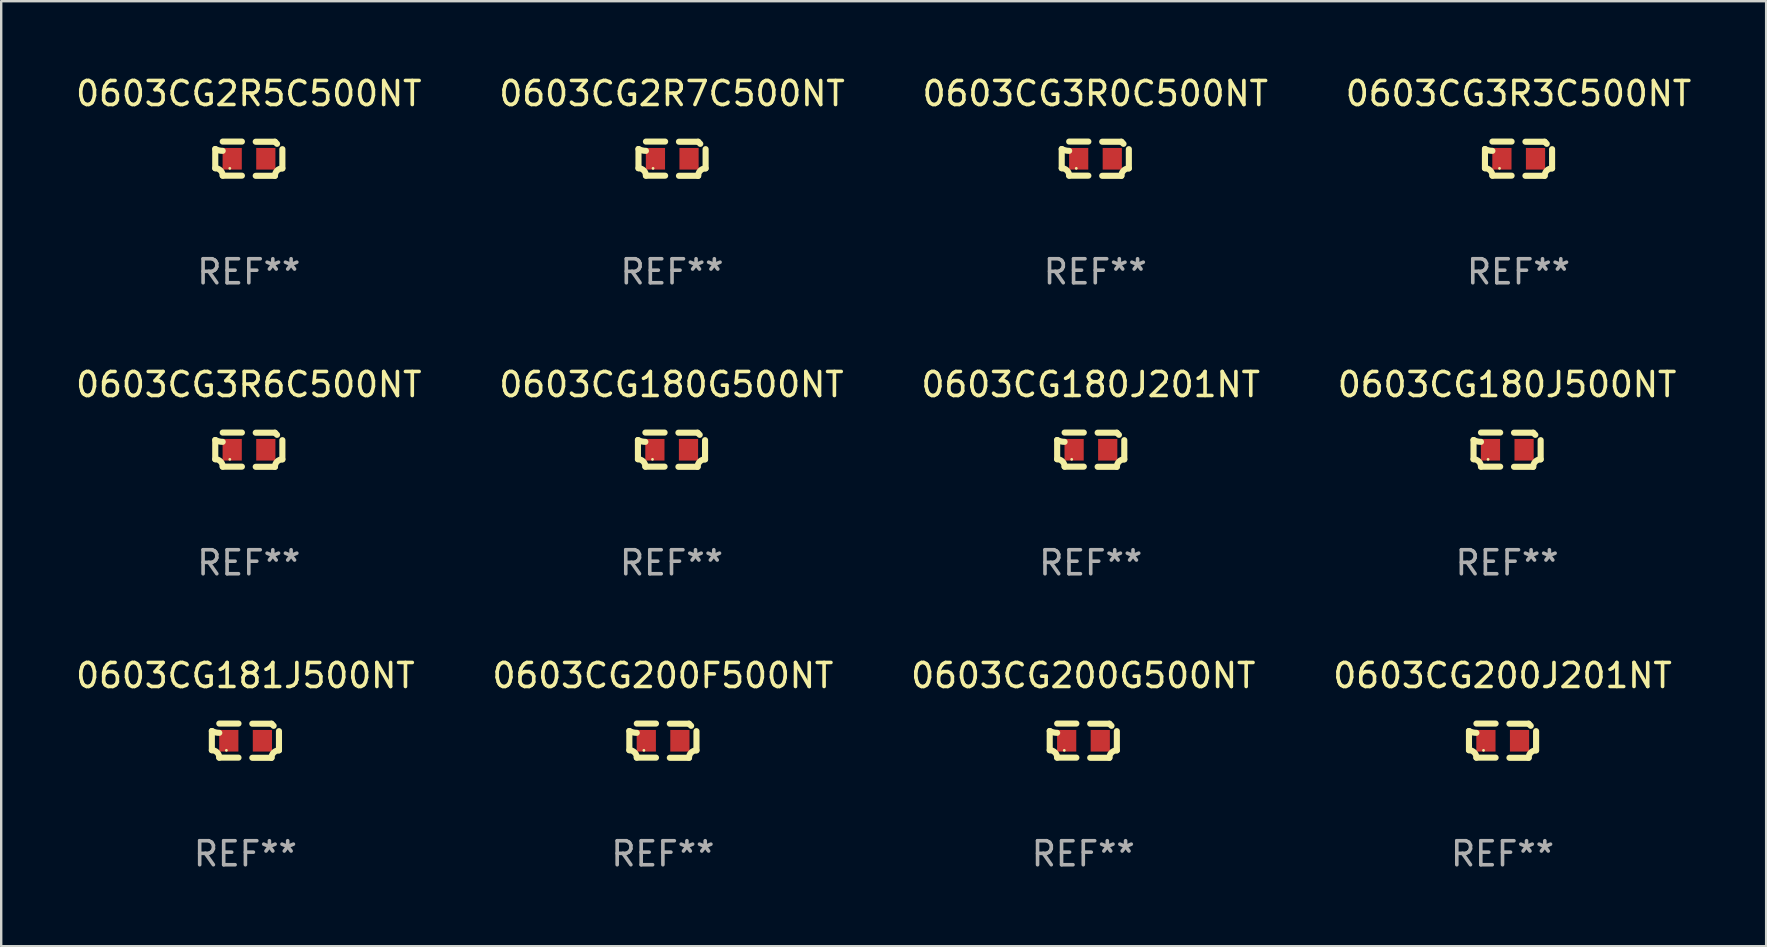
<source format=kicad_pcb>
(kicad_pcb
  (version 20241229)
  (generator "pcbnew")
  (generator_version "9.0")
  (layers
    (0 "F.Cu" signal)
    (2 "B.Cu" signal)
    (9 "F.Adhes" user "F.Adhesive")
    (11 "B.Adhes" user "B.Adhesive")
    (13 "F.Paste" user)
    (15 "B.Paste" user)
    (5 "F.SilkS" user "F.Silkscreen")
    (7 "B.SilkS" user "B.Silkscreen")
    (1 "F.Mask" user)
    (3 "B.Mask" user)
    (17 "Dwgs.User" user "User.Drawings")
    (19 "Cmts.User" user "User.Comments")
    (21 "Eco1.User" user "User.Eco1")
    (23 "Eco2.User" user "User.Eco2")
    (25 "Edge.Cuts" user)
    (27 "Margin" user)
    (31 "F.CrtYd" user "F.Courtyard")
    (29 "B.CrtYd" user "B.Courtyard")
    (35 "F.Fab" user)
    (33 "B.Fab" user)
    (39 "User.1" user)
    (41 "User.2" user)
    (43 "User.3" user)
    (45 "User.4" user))
  (footprint "0603CG200F500NT"
    (layer "F.Cu")
    (at 24.565 27.805)
    (property "Reference" "0603CG200F500NT" (at 0 -2.713 0) (layer "F.SilkS") (effects (font (size 1 1) (thickness 0.15))))
    (attr through_hole)
    (fp_line (start -1.398 -0.403) (end -1.398 0.397) (stroke (width 0.254) (type solid)) (layer "F.SilkS"))
    (fp_line (start -0.288 -0.713) (end -1.088 -0.713) (stroke (width 0.254) (type solid)) (layer "F.SilkS"))
    (fp_line (start -0.288 0.707) (end -1.088 0.707) (stroke (width 0.254) (type solid)) (layer "F.SilkS"))
    (fp_line (start 0.288 -0.707) (end 1.088 -0.707) (stroke (width 0.254) (type solid)) (layer "F.SilkS"))
    (fp_line (start 0.288 0.713) (end 1.088 0.713) (stroke (width 0.254) (type solid)) (layer "F.SilkS"))
    (fp_line (start 1.398 -0.397) (end 1.398 0.403) (stroke (width 0.254) (type solid)) (layer "F.SilkS"))
    (fp_arc (start -1.397789 0.397066) (mid -1.178701 0.487826) (end -1.08796 0.706922) (stroke (width 0.254001) (type solid)) (layer "F.SilkS"))
    (fp_arc (start -1.08796 -0.327176) (mid -1.247436 -0.346384) (end -1.39779 -0.402908) (stroke (width 0.254001) (type solid)) (layer "F.SilkS"))
    (fp_arc (start 1.087909 0.712738) (mid 1.178656 0.493655) (end 1.397739 0.402908) (stroke (width 0.254001) (type solid)) (layer "F.SilkS"))
    (fp_arc (start 1.175925 -0.618926) (mid 1.131917 -0.662923) (end 1.08791 -0.706922) (stroke (width 0.254001) (type solid)) (layer "F.SilkS"))
    (fp_circle (center -0.792 0.403) (end -0.762 0.403) (stroke (width 0.06) (type solid)) (fill no) (layer "F.SilkS"))
    (fp_text user "REF**" (at 0 4.713 0) (layer "F.Fab") (effects (font (size 1 1) (thickness 0.15))))
    (pad "1" smd rect (at -0.692 0.003) (size 0.8 0.9) (layers "F.Cu" "F.Mask" "F.Paste"))
    (pad "2" smd rect (at 0.708 0.003) (size 0.8 0.9) (layers "F.Cu" "F.Mask" "F.Paste")))
  (footprint "0603CG181J500NT"
    (layer "F.Cu")
    (at 7.173 27.805)
    (property "Reference" "0603CG181J500NT" (at 0 -2.713 0) (layer "F.SilkS") (effects (font (size 1 1) (thickness 0.15))))
    (attr through_hole)
    (fp_line (start -1.398 -0.403) (end -1.398 0.397) (stroke (width 0.254) (type solid)) (layer "F.SilkS"))
    (fp_line (start -0.288 -0.713) (end -1.088 -0.713) (stroke (width 0.254) (type solid)) (layer "F.SilkS"))
    (fp_line (start -0.288 0.707) (end -1.088 0.707) (stroke (width 0.254) (type solid)) (layer "F.SilkS"))
    (fp_line (start 0.288 -0.707) (end 1.088 -0.707) (stroke (width 0.254) (type solid)) (layer "F.SilkS"))
    (fp_line (start 0.288 0.713) (end 1.088 0.713) (stroke (width 0.254) (type solid)) (layer "F.SilkS"))
    (fp_line (start 1.398 -0.397) (end 1.398 0.403) (stroke (width 0.254) (type solid)) (layer "F.SilkS"))
    (fp_arc (start -1.397789 0.397066) (mid -1.178701 0.487826) (end -1.08796 0.706922) (stroke (width 0.254001) (type solid)) (layer "F.SilkS"))
    (fp_arc (start -1.08796 -0.327176) (mid -1.247436 -0.346384) (end -1.39779 -0.402908) (stroke (width 0.254001) (type solid)) (layer "F.SilkS"))
    (fp_arc (start 1.087909 0.712738) (mid 1.178656 0.493655) (end 1.397739 0.402908) (stroke (width 0.254001) (type solid)) (layer "F.SilkS"))
    (fp_arc (start 1.175925 -0.618926) (mid 1.131917 -0.662923) (end 1.08791 -0.706922) (stroke (width 0.254001) (type solid)) (layer "F.SilkS"))
    (fp_circle (center -0.792 0.403) (end -0.762 0.403) (stroke (width 0.06) (type solid)) (fill no) (layer "F.SilkS"))
    (fp_text user "REF**" (at 0 4.713 0) (layer "F.Fab") (effects (font (size 1 1) (thickness 0.15))))
    (pad "1" smd rect (at -0.692 0.003) (size 0.8 0.9) (layers "F.Cu" "F.Mask" "F.Paste"))
    (pad "2" smd rect (at 0.708 0.003) (size 0.8 0.9) (layers "F.Cu" "F.Mask" "F.Paste")))
  (footprint "0603CG3R6C500NT"
    (layer "F.Cu")
    (at 7.315 15.683)
    (property "Reference" "0603CG3R6C500NT" (at 0 -2.713 0) (layer "F.SilkS") (effects (font (size 1 1) (thickness 0.15))))
    (attr through_hole)
    (fp_line (start -1.398 -0.403) (end -1.398 0.397) (stroke (width 0.254) (type solid)) (layer "F.SilkS"))
    (fp_line (start -0.288 -0.713) (end -1.088 -0.713) (stroke (width 0.254) (type solid)) (layer "F.SilkS"))
    (fp_line (start -0.288 0.707) (end -1.088 0.707) (stroke (width 0.254) (type solid)) (layer "F.SilkS"))
    (fp_line (start 0.288 -0.707) (end 1.088 -0.707) (stroke (width 0.254) (type solid)) (layer "F.SilkS"))
    (fp_line (start 0.288 0.713) (end 1.088 0.713) (stroke (width 0.254) (type solid)) (layer "F.SilkS"))
    (fp_line (start 1.398 -0.397) (end 1.398 0.403) (stroke (width 0.254) (type solid)) (layer "F.SilkS"))
    (fp_arc (start -1.397789 0.397066) (mid -1.178701 0.487826) (end -1.08796 0.706922) (stroke (width 0.254001) (type solid)) (layer "F.SilkS"))
    (fp_arc (start -1.08796 -0.327176) (mid -1.247436 -0.346384) (end -1.39779 -0.402908) (stroke (width 0.254001) (type solid)) (layer "F.SilkS"))
    (fp_arc (start 1.087909 0.712738) (mid 1.178656 0.493655) (end 1.397739 0.402908) (stroke (width 0.254001) (type solid)) (layer "F.SilkS"))
    (fp_arc (start 1.175925 -0.618926) (mid 1.131917 -0.662923) (end 1.08791 -0.706922) (stroke (width 0.254001) (type solid)) (layer "F.SilkS"))
    (fp_circle (center -0.792 0.403) (end -0.762 0.403) (stroke (width 0.06) (type solid)) (fill no) (layer "F.SilkS"))
    (fp_text user "REF**" (at 0 4.713 0) (layer "F.Fab") (effects (font (size 1 1) (thickness 0.15))))
    (pad "1" smd rect (at -0.692 0.003) (size 0.8 0.9) (layers "F.Cu" "F.Mask" "F.Paste"))
    (pad "2" smd rect (at 0.708 0.003) (size 0.8 0.9) (layers "F.Cu" "F.Mask" "F.Paste")))
  (footprint "0603CG2R7C500NT"
    (layer "F.Cu")
    (at 24.946 3.561)
    (property "Reference" "0603CG2R7C500NT" (at 0 -2.713 0) (layer "F.SilkS") (effects (font (size 1 1) (thickness 0.15))))
    (attr through_hole)
    (fp_line (start -1.398 -0.403) (end -1.398 0.397) (stroke (width 0.254) (type solid)) (layer "F.SilkS"))
    (fp_line (start -0.288 -0.713) (end -1.088 -0.713) (stroke (width 0.254) (type solid)) (layer "F.SilkS"))
    (fp_line (start -0.288 0.707) (end -1.088 0.707) (stroke (width 0.254) (type solid)) (layer "F.SilkS"))
    (fp_line (start 0.288 -0.707) (end 1.088 -0.707) (stroke (width 0.254) (type solid)) (layer "F.SilkS"))
    (fp_line (start 0.288 0.713) (end 1.088 0.713) (stroke (width 0.254) (type solid)) (layer "F.SilkS"))
    (fp_line (start 1.398 -0.397) (end 1.398 0.403) (stroke (width 0.254) (type solid)) (layer "F.SilkS"))
    (fp_arc (start -1.397789 0.397066) (mid -1.178701 0.487826) (end -1.08796 0.706922) (stroke (width 0.254001) (type solid)) (layer "F.SilkS"))
    (fp_arc (start -1.08796 -0.327176) (mid -1.247436 -0.346384) (end -1.39779 -0.402908) (stroke (width 0.254001) (type solid)) (layer "F.SilkS"))
    (fp_arc (start 1.087909 0.712738) (mid 1.178656 0.493655) (end 1.397739 0.402908) (stroke (width 0.254001) (type solid)) (layer "F.SilkS"))
    (fp_arc (start 1.175925 -0.618926) (mid 1.131917 -0.662923) (end 1.08791 -0.706922) (stroke (width 0.254001) (type solid)) (layer "F.SilkS"))
    (fp_circle (center -0.792 0.403) (end -0.762 0.403) (stroke (width 0.06) (type solid)) (fill no) (layer "F.SilkS"))
    (fp_text user "REF**" (at 0 4.713 0) (layer "F.Fab") (effects (font (size 1 1) (thickness 0.15))))
    (pad "1" smd rect (at -0.692 0.003) (size 0.8 0.9) (layers "F.Cu" "F.Mask" "F.Paste"))
    (pad "2" smd rect (at 0.708 0.003) (size 0.8 0.9) (layers "F.Cu" "F.Mask" "F.Paste")))
  (footprint "0603CG180G500NT"
    (layer "F.Cu")
    (at 24.923 15.683)
    (property "Reference" "0603CG180G500NT" (at 0 -2.713 0) (layer "F.SilkS") (effects (font (size 1 1) (thickness 0.15))))
    (attr through_hole)
    (fp_line (start -1.398 -0.403) (end -1.398 0.397) (stroke (width 0.254) (type solid)) (layer "F.SilkS"))
    (fp_line (start -0.288 -0.713) (end -1.088 -0.713) (stroke (width 0.254) (type solid)) (layer "F.SilkS"))
    (fp_line (start -0.288 0.707) (end -1.088 0.707) (stroke (width 0.254) (type solid)) (layer "F.SilkS"))
    (fp_line (start 0.288 -0.707) (end 1.088 -0.707) (stroke (width 0.254) (type solid)) (layer "F.SilkS"))
    (fp_line (start 0.288 0.713) (end 1.088 0.713) (stroke (width 0.254) (type solid)) (layer "F.SilkS"))
    (fp_line (start 1.398 -0.397) (end 1.398 0.403) (stroke (width 0.254) (type solid)) (layer "F.SilkS"))
    (fp_arc (start -1.397789 0.397066) (mid -1.178701 0.487826) (end -1.08796 0.706922) (stroke (width 0.254001) (type solid)) (layer "F.SilkS"))
    (fp_arc (start -1.08796 -0.327176) (mid -1.247436 -0.346384) (end -1.39779 -0.402908) (stroke (width 0.254001) (type solid)) (layer "F.SilkS"))
    (fp_arc (start 1.087909 0.712738) (mid 1.178656 0.493655) (end 1.397739 0.402908) (stroke (width 0.254001) (type solid)) (layer "F.SilkS"))
    (fp_arc (start 1.175925 -0.618926) (mid 1.131917 -0.662923) (end 1.08791 -0.706922) (stroke (width 0.254001) (type solid)) (layer "F.SilkS"))
    (fp_circle (center -0.792 0.403) (end -0.762 0.403) (stroke (width 0.06) (type solid)) (fill no) (layer "F.SilkS"))
    (fp_text user "REF**" (at 0 4.713 0) (layer "F.Fab") (effects (font (size 1 1) (thickness 0.15))))
    (pad "1" smd rect (at -0.692 0.003) (size 0.8 0.9) (layers "F.Cu" "F.Mask" "F.Paste"))
    (pad "2" smd rect (at 0.708 0.003) (size 0.8 0.9) (layers "F.Cu" "F.Mask" "F.Paste")))
  (footprint "0603CG180J500NT"
    (layer "F.Cu")
    (at 59.732 15.683)
    (property "Reference" "0603CG180J500NT" (at 0 -2.713 0) (layer "F.SilkS") (effects (font (size 1 1) (thickness 0.15))))
    (attr through_hole)
    (fp_line (start -1.398 -0.403) (end -1.398 0.397) (stroke (width 0.254) (type solid)) (layer "F.SilkS"))
    (fp_line (start -0.288 -0.713) (end -1.088 -0.713) (stroke (width 0.254) (type solid)) (layer "F.SilkS"))
    (fp_line (start -0.288 0.707) (end -1.088 0.707) (stroke (width 0.254) (type solid)) (layer "F.SilkS"))
    (fp_line (start 0.288 -0.707) (end 1.088 -0.707) (stroke (width 0.254) (type solid)) (layer "F.SilkS"))
    (fp_line (start 0.288 0.713) (end 1.088 0.713) (stroke (width 0.254) (type solid)) (layer "F.SilkS"))
    (fp_line (start 1.398 -0.397) (end 1.398 0.403) (stroke (width 0.254) (type solid)) (layer "F.SilkS"))
    (fp_arc (start -1.397789 0.397066) (mid -1.178701 0.487826) (end -1.08796 0.706922) (stroke (width 0.254001) (type solid)) (layer "F.SilkS"))
    (fp_arc (start -1.08796 -0.327176) (mid -1.247436 -0.346384) (end -1.39779 -0.402908) (stroke (width 0.254001) (type solid)) (layer "F.SilkS"))
    (fp_arc (start 1.087909 0.712738) (mid 1.178656 0.493655) (end 1.397739 0.402908) (stroke (width 0.254001) (type solid)) (layer "F.SilkS"))
    (fp_arc (start 1.175925 -0.618926) (mid 1.131917 -0.662923) (end 1.08791 -0.706922) (stroke (width 0.254001) (type solid)) (layer "F.SilkS"))
    (fp_circle (center -0.792 0.403) (end -0.762 0.403) (stroke (width 0.06) (type solid)) (fill no) (layer "F.SilkS"))
    (fp_text user "REF**" (at 0 4.713 0) (layer "F.Fab") (effects (font (size 1 1) (thickness 0.15))))
    (pad "1" smd rect (at -0.692 0.003) (size 0.8 0.9) (layers "F.Cu" "F.Mask" "F.Paste"))
    (pad "2" smd rect (at 0.708 0.003) (size 0.8 0.9) (layers "F.Cu" "F.Mask" "F.Paste")))
  (footprint "0603CG3R3C500NT"
    (layer "F.Cu")
    (at 60.208 3.561)
    (property "Reference" "0603CG3R3C500NT" (at 0 -2.713 0) (layer "F.SilkS") (effects (font (size 1 1) (thickness 0.15))))
    (attr through_hole)
    (fp_line (start -1.398 -0.403) (end -1.398 0.397) (stroke (width 0.254) (type solid)) (layer "F.SilkS"))
    (fp_line (start -0.288 -0.713) (end -1.088 -0.713) (stroke (width 0.254) (type solid)) (layer "F.SilkS"))
    (fp_line (start -0.288 0.707) (end -1.088 0.707) (stroke (width 0.254) (type solid)) (layer "F.SilkS"))
    (fp_line (start 0.288 -0.707) (end 1.088 -0.707) (stroke (width 0.254) (type solid)) (layer "F.SilkS"))
    (fp_line (start 0.288 0.713) (end 1.088 0.713) (stroke (width 0.254) (type solid)) (layer "F.SilkS"))
    (fp_line (start 1.398 -0.397) (end 1.398 0.403) (stroke (width 0.254) (type solid)) (layer "F.SilkS"))
    (fp_arc (start -1.397789 0.397066) (mid -1.178701 0.487826) (end -1.08796 0.706922) (stroke (width 0.254001) (type solid)) (layer "F.SilkS"))
    (fp_arc (start -1.08796 -0.327176) (mid -1.247436 -0.346384) (end -1.39779 -0.402908) (stroke (width 0.254001) (type solid)) (layer "F.SilkS"))
    (fp_arc (start 1.087909 0.712738) (mid 1.178656 0.493655) (end 1.397739 0.402908) (stroke (width 0.254001) (type solid)) (layer "F.SilkS"))
    (fp_arc (start 1.175925 -0.618926) (mid 1.131917 -0.662923) (end 1.08791 -0.706922) (stroke (width 0.254001) (type solid)) (layer "F.SilkS"))
    (fp_circle (center -0.792 0.403) (end -0.762 0.403) (stroke (width 0.06) (type solid)) (fill no) (layer "F.SilkS"))
    (fp_text user "REF**" (at 0 4.713 0) (layer "F.Fab") (effects (font (size 1 1) (thickness 0.15))))
    (pad "1" smd rect (at -0.692 0.003) (size 0.8 0.9) (layers "F.Cu" "F.Mask" "F.Paste"))
    (pad "2" smd rect (at 0.708 0.003) (size 0.8 0.9) (layers "F.Cu" "F.Mask" "F.Paste")))
  (footprint "0603CG180J201NT"
    (layer "F.Cu")
    (at 42.387 15.683)
    (property "Reference" "0603CG180J201NT" (at 0 -2.713 0) (layer "F.SilkS") (effects (font (size 1 1) (thickness 0.15))))
    (attr through_hole)
    (fp_line (start -1.398 -0.403) (end -1.398 0.397) (stroke (width 0.254) (type solid)) (layer "F.SilkS"))
    (fp_line (start -0.288 -0.713) (end -1.088 -0.713) (stroke (width 0.254) (type solid)) (layer "F.SilkS"))
    (fp_line (start -0.288 0.707) (end -1.088 0.707) (stroke (width 0.254) (type solid)) (layer "F.SilkS"))
    (fp_line (start 0.288 -0.707) (end 1.088 -0.707) (stroke (width 0.254) (type solid)) (layer "F.SilkS"))
    (fp_line (start 0.288 0.713) (end 1.088 0.713) (stroke (width 0.254) (type solid)) (layer "F.SilkS"))
    (fp_line (start 1.398 -0.397) (end 1.398 0.403) (stroke (width 0.254) (type solid)) (layer "F.SilkS"))
    (fp_arc (start -1.397789 0.397066) (mid -1.178701 0.487826) (end -1.08796 0.706922) (stroke (width 0.254001) (type solid)) (layer "F.SilkS"))
    (fp_arc (start -1.08796 -0.327176) (mid -1.247436 -0.346384) (end -1.39779 -0.402908) (stroke (width 0.254001) (type solid)) (layer "F.SilkS"))
    (fp_arc (start 1.087909 0.712738) (mid 1.178656 0.493655) (end 1.397739 0.402908) (stroke (width 0.254001) (type solid)) (layer "F.SilkS"))
    (fp_arc (start 1.175925 -0.618926) (mid 1.131917 -0.662923) (end 1.08791 -0.706922) (stroke (width 0.254001) (type solid)) (layer "F.SilkS"))
    (fp_circle (center -0.792 0.403) (end -0.762 0.403) (stroke (width 0.06) (type solid)) (fill no) (layer "F.SilkS"))
    (fp_text user "REF**" (at 0 4.713 0) (layer "F.Fab") (effects (font (size 1 1) (thickness 0.15))))
    (pad "1" smd rect (at -0.692 0.003) (size 0.8 0.9) (layers "F.Cu" "F.Mask" "F.Paste"))
    (pad "2" smd rect (at 0.708 0.003) (size 0.8 0.9) (layers "F.Cu" "F.Mask" "F.Paste")))
  (footprint "0603CG2R5C500NT"
    (layer "F.Cu")
    (at 7.315 3.561)
    (property "Reference" "0603CG2R5C500NT" (at 0 -2.713 0) (layer "F.SilkS") (effects (font (size 1 1) (thickness 0.15))))
    (attr through_hole)
    (fp_line (start -1.398 -0.403) (end -1.398 0.397) (stroke (width 0.254) (type solid)) (layer "F.SilkS"))
    (fp_line (start -0.288 -0.713) (end -1.088 -0.713) (stroke (width 0.254) (type solid)) (layer "F.SilkS"))
    (fp_line (start -0.288 0.707) (end -1.088 0.707) (stroke (width 0.254) (type solid)) (layer "F.SilkS"))
    (fp_line (start 0.288 -0.707) (end 1.088 -0.707) (stroke (width 0.254) (type solid)) (layer "F.SilkS"))
    (fp_line (start 0.288 0.713) (end 1.088 0.713) (stroke (width 0.254) (type solid)) (layer "F.SilkS"))
    (fp_line (start 1.398 -0.397) (end 1.398 0.403) (stroke (width 0.254) (type solid)) (layer "F.SilkS"))
    (fp_arc (start -1.397789 0.397066) (mid -1.178701 0.487826) (end -1.08796 0.706922) (stroke (width 0.254001) (type solid)) (layer "F.SilkS"))
    (fp_arc (start -1.08796 -0.327176) (mid -1.247436 -0.346384) (end -1.39779 -0.402908) (stroke (width 0.254001) (type solid)) (layer "F.SilkS"))
    (fp_arc (start 1.087909 0.712738) (mid 1.178656 0.493655) (end 1.397739 0.402908) (stroke (width 0.254001) (type solid)) (layer "F.SilkS"))
    (fp_arc (start 1.175925 -0.618926) (mid 1.131917 -0.662923) (end 1.08791 -0.706922) (stroke (width 0.254001) (type solid)) (layer "F.SilkS"))
    (fp_circle (center -0.792 0.403) (end -0.762 0.403) (stroke (width 0.06) (type solid)) (fill no) (layer "F.SilkS"))
    (fp_text user "REF**" (at 0 4.713 0) (layer "F.Fab") (effects (font (size 1 1) (thickness 0.15))))
    (pad "1" smd rect (at -0.692 0.003) (size 0.8 0.9) (layers "F.Cu" "F.Mask" "F.Paste"))
    (pad "2" smd rect (at 0.708 0.003) (size 0.8 0.9) (layers "F.Cu" "F.Mask" "F.Paste")))
  (footprint "0603CG200J201NT"
    (layer "F.Cu")
    (at 59.542 27.805)
    (property "Reference" "0603CG200J201NT" (at 0 -2.713 0) (layer "F.SilkS") (effects (font (size 1 1) (thickness 0.15))))
    (attr through_hole)
    (fp_line (start -1.398 -0.403) (end -1.398 0.397) (stroke (width 0.254) (type solid)) (layer "F.SilkS"))
    (fp_line (start -0.288 -0.713) (end -1.088 -0.713) (stroke (width 0.254) (type solid)) (layer "F.SilkS"))
    (fp_line (start -0.288 0.707) (end -1.088 0.707) (stroke (width 0.254) (type solid)) (layer "F.SilkS"))
    (fp_line (start 0.288 -0.707) (end 1.088 -0.707) (stroke (width 0.254) (type solid)) (layer "F.SilkS"))
    (fp_line (start 0.288 0.713) (end 1.088 0.713) (stroke (width 0.254) (type solid)) (layer "F.SilkS"))
    (fp_line (start 1.398 -0.397) (end 1.398 0.403) (stroke (width 0.254) (type solid)) (layer "F.SilkS"))
    (fp_arc (start -1.397789 0.397066) (mid -1.178701 0.487826) (end -1.08796 0.706922) (stroke (width 0.254001) (type solid)) (layer "F.SilkS"))
    (fp_arc (start -1.08796 -0.327176) (mid -1.247436 -0.346384) (end -1.39779 -0.402908) (stroke (width 0.254001) (type solid)) (layer "F.SilkS"))
    (fp_arc (start 1.087909 0.712738) (mid 1.178656 0.493655) (end 1.397739 0.402908) (stroke (width 0.254001) (type solid)) (layer "F.SilkS"))
    (fp_arc (start 1.175925 -0.618926) (mid 1.131917 -0.662923) (end 1.08791 -0.706922) (stroke (width 0.254001) (type solid)) (layer "F.SilkS"))
    (fp_circle (center -0.792 0.403) (end -0.762 0.403) (stroke (width 0.06) (type solid)) (fill no) (layer "F.SilkS"))
    (fp_text user "REF**" (at 0 4.713 0) (layer "F.Fab") (effects (font (size 1 1) (thickness 0.15))))
    (pad "1" smd rect (at -0.692 0.003) (size 0.8 0.9) (layers "F.Cu" "F.Mask" "F.Paste"))
    (pad "2" smd rect (at 0.708 0.003) (size 0.8 0.9) (layers "F.Cu" "F.Mask" "F.Paste")))
  (footprint "0603CG200G500NT"
    (layer "F.Cu")
    (at 42.077 27.805)
    (property "Reference" "0603CG200G500NT" (at 0 -2.713 0) (layer "F.SilkS") (effects (font (size 1 1) (thickness 0.15))))
    (attr through_hole)
    (fp_line (start -1.398 -0.403) (end -1.398 0.397) (stroke (width 0.254) (type solid)) (layer "F.SilkS"))
    (fp_line (start -0.288 -0.713) (end -1.088 -0.713) (stroke (width 0.254) (type solid)) (layer "F.SilkS"))
    (fp_line (start -0.288 0.707) (end -1.088 0.707) (stroke (width 0.254) (type solid)) (layer "F.SilkS"))
    (fp_line (start 0.288 -0.707) (end 1.088 -0.707) (stroke (width 0.254) (type solid)) (layer "F.SilkS"))
    (fp_line (start 0.288 0.713) (end 1.088 0.713) (stroke (width 0.254) (type solid)) (layer "F.SilkS"))
    (fp_line (start 1.398 -0.397) (end 1.398 0.403) (stroke (width 0.254) (type solid)) (layer "F.SilkS"))
    (fp_arc (start -1.397789 0.397066) (mid -1.178701 0.487826) (end -1.08796 0.706922) (stroke (width 0.254001) (type solid)) (layer "F.SilkS"))
    (fp_arc (start -1.08796 -0.327176) (mid -1.247436 -0.346384) (end -1.39779 -0.402908) (stroke (width 0.254001) (type solid)) (layer "F.SilkS"))
    (fp_arc (start 1.087909 0.712738) (mid 1.178656 0.493655) (end 1.397739 0.402908) (stroke (width 0.254001) (type solid)) (layer "F.SilkS"))
    (fp_arc (start 1.175925 -0.618926) (mid 1.131917 -0.662923) (end 1.08791 -0.706922) (stroke (width 0.254001) (type solid)) (layer "F.SilkS"))
    (fp_circle (center -0.792 0.403) (end -0.762 0.403) (stroke (width 0.06) (type solid)) (fill no) (layer "F.SilkS"))
    (fp_text user "REF**" (at 0 4.713 0) (layer "F.Fab") (effects (font (size 1 1) (thickness 0.15))))
    (pad "1" smd rect (at -0.692 0.003) (size 0.8 0.9) (layers "F.Cu" "F.Mask" "F.Paste"))
    (pad "2" smd rect (at 0.708 0.003) (size 0.8 0.9) (layers "F.Cu" "F.Mask" "F.Paste")))
  (footprint "0603CG3R0C500NT"
    (layer "F.Cu")
    (at 42.577 3.561)
    (property "Reference" "0603CG3R0C500NT" (at 0 -2.713 0) (layer "F.SilkS") (effects (font (size 1 1) (thickness 0.15))))
    (attr through_hole)
    (fp_line (start -1.398 -0.403) (end -1.398 0.397) (stroke (width 0.254) (type solid)) (layer "F.SilkS"))
    (fp_line (start -0.288 -0.713) (end -1.088 -0.713) (stroke (width 0.254) (type solid)) (layer "F.SilkS"))
    (fp_line (start -0.288 0.707) (end -1.088 0.707) (stroke (width 0.254) (type solid)) (layer "F.SilkS"))
    (fp_line (start 0.288 -0.707) (end 1.088 -0.707) (stroke (width 0.254) (type solid)) (layer "F.SilkS"))
    (fp_line (start 0.288 0.713) (end 1.088 0.713) (stroke (width 0.254) (type solid)) (layer "F.SilkS"))
    (fp_line (start 1.398 -0.397) (end 1.398 0.403) (stroke (width 0.254) (type solid)) (layer "F.SilkS"))
    (fp_arc (start -1.397789 0.397066) (mid -1.178701 0.487826) (end -1.08796 0.706922) (stroke (width 0.254001) (type solid)) (layer "F.SilkS"))
    (fp_arc (start -1.08796 -0.327176) (mid -1.247436 -0.346384) (end -1.39779 -0.402908) (stroke (width 0.254001) (type solid)) (layer "F.SilkS"))
    (fp_arc (start 1.087909 0.712738) (mid 1.178656 0.493655) (end 1.397739 0.402908) (stroke (width 0.254001) (type solid)) (layer "F.SilkS"))
    (fp_arc (start 1.175925 -0.618926) (mid 1.131917 -0.662923) (end 1.08791 -0.706922) (stroke (width 0.254001) (type solid)) (layer "F.SilkS"))
    (fp_circle (center -0.792 0.403) (end -0.762 0.403) (stroke (width 0.06) (type solid)) (fill no) (layer "F.SilkS"))
    (fp_text user "REF**" (at 0 4.713 0) (layer "F.Fab") (effects (font (size 1 1) (thickness 0.15))))
    (pad "1" smd rect (at -0.692 0.003) (size 0.8 0.9) (layers "F.Cu" "F.Mask" "F.Paste"))
    (pad "2" smd rect (at 0.708 0.003) (size 0.8 0.9) (layers "F.Cu" "F.Mask" "F.Paste")))
  (gr_rect
    (start -3 -3)
    (end 70.524 36.366)
    (stroke (width 0.1) (type default))
    (fill no)
    (layer "Edge.Cuts")))
</source>
